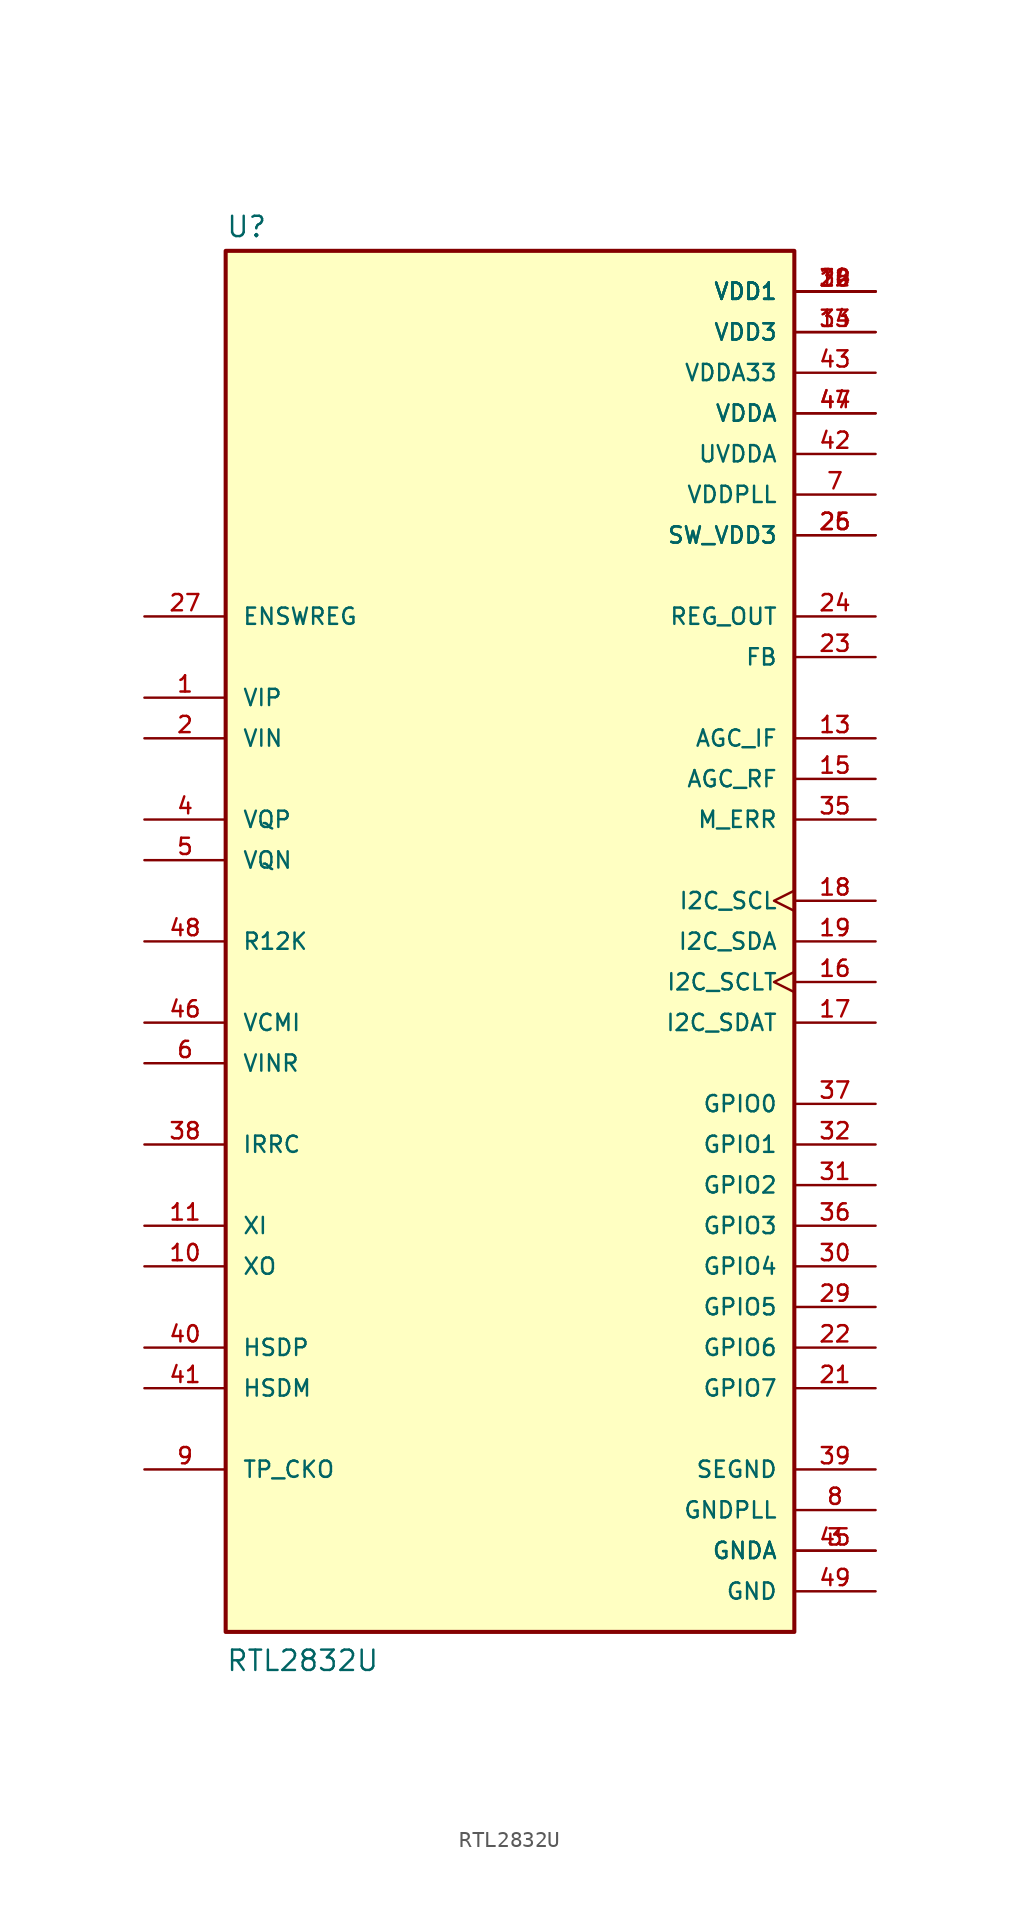
<source format=kicad_sym>
(kicad_symbol_lib
  (version 20211014)
  (generator kicad_symbol_editor)
  (symbol "RTL2832U"
    (pin_names
      (offset 1.016))
    (property "Reference" "U"
      (at -17.78 43.942 0)
      (effects (font (size 1.27 1.27)) (justify bottom left)))
    (property "Value" "RTL2832U"
      (at -17.78 -45.72 0)
      (effects (font (size 1.27 1.27)) (justify bottom left)))
    (symbol "RTL2832U_0_0"
      (rectangle (start -17.78 -43.18) (end 17.78 43.18) (stroke (width 0.254)) (fill (type background)))
      (pin input line (at 22.86 17.78 180.0) (length 5.08) (name "FB" (effects (font (size 1.016 1.016)))) (number "23" (effects (font (size 1.016 1.016)))))
      (pin input line (at -22.86 15.24 0) (length 5.08) (name "VIP" (effects (font (size 1.016 1.016)))) (number "1" (effects (font (size 1.016 1.016)))))
      (pin bidirectional line (at -22.86 -27.94 0) (length 5.08) (name "HSDM" (effects (font (size 1.016 1.016)))) (number "41" (effects (font (size 1.016 1.016)))))
      (pin bidirectional line (at 22.86 0.0 180.0) (length 5.08) (name "I2C_SDA" (effects (font (size 1.016 1.016)))) (number "19" (effects (font (size 1.016 1.016)))))
      (pin bidirectional line (at 22.86 -5.08 180.0) (length 5.08) (name "I2C_SDAT" (effects (font (size 1.016 1.016)))) (number "17" (effects (font (size 1.016 1.016)))))
      (pin input line (at -22.86 0.0 0) (length 5.08) (name "R12K" (effects (font (size 1.016 1.016)))) (number "48" (effects (font (size 1.016 1.016)))))
      (pin bidirectional line (at -22.86 -33.02 0) (length 5.08) (name "TP_CKO" (effects (font (size 1.016 1.016)))) (number "9" (effects (font (size 1.016 1.016)))))
      (pin input line (at -22.86 20.32 0) (length 5.08) (name "ENSWREG" (effects (font (size 1.016 1.016)))) (number "27" (effects (font (size 1.016 1.016)))))
      (pin input line (at -22.86 -17.78 0) (length 5.08) (name "XI" (effects (font (size 1.016 1.016)))) (number "11" (effects (font (size 1.016 1.016)))))
      (pin output line (at -22.86 -20.32 0) (length 5.08) (name "XO" (effects (font (size 1.016 1.016)))) (number "10" (effects (font (size 1.016 1.016)))))
      (pin bidirectional line (at -22.86 -25.4 0) (length 5.08) (name "HSDP" (effects (font (size 1.016 1.016)))) (number "40" (effects (font (size 1.016 1.016)))))
      (pin output clock (at 22.86 2.54 180.0) (length 5.08) (name "I2C_SCL" (effects (font (size 1.016 1.016)))) (number "18" (effects (font (size 1.016 1.016)))))
      (pin output clock (at 22.86 -2.54 180.0) (length 5.08) (name "I2C_SCLT" (effects (font (size 1.016 1.016)))) (number "16" (effects (font (size 1.016 1.016)))))
      (pin power_in line (at 22.86 40.64 180.0) (length 5.08) (name "VDD1" (effects (font (size 1.016 1.016)))) (number "12" (effects (font (size 1.016 1.016)))))
      (pin power_in line (at 22.86 40.64 180.0) (length 5.08) (name "VDD1" (effects (font (size 1.016 1.016)))) (number "20" (effects (font (size 1.016 1.016)))))
      (pin power_in line (at 22.86 40.64 180.0) (length 5.08) (name "VDD1" (effects (font (size 1.016 1.016)))) (number "28" (effects (font (size 1.016 1.016)))))
      (pin power_in line (at 22.86 40.64 180.0) (length 5.08) (name "VDD1" (effects (font (size 1.016 1.016)))) (number "34" (effects (font (size 1.016 1.016)))))
      (pin power_in line (at 22.86 35.56 180.0) (length 5.08) (name "VDDA33" (effects (font (size 1.016 1.016)))) (number "43" (effects (font (size 1.016 1.016)))))
      (pin power_in line (at 22.86 38.1 180.0) (length 5.08) (name "VDD3" (effects (font (size 1.016 1.016)))) (number "14" (effects (font (size 1.016 1.016)))))
      (pin power_in line (at 22.86 38.1 180.0) (length 5.08) (name "VDD3" (effects (font (size 1.016 1.016)))) (number "33" (effects (font (size 1.016 1.016)))))
      (pin power_in line (at 22.86 33.02 180.0) (length 5.08) (name "VDDA" (effects (font (size 1.016 1.016)))) (number "44" (effects (font (size 1.016 1.016)))))
      (pin power_in line (at 22.86 33.02 180.0) (length 5.08) (name "VDDA" (effects (font (size 1.016 1.016)))) (number "47" (effects (font (size 1.016 1.016)))))
      (pin power_in line (at 22.86 27.94 180.0) (length 5.08) (name "VDDPLL" (effects (font (size 1.016 1.016)))) (number "7" (effects (font (size 1.016 1.016)))))
      (pin output line (at 22.86 20.32 180.0) (length 5.08) (name "REG_OUT" (effects (font (size 1.016 1.016)))) (number "24" (effects (font (size 1.016 1.016)))))
      (pin output line (at 22.86 12.7 180.0) (length 5.08) (name "AGC_IF" (effects (font (size 1.016 1.016)))) (number "13" (effects (font (size 1.016 1.016)))))
      (pin output line (at 22.86 10.16 180.0) (length 5.08) (name "AGC_RF" (effects (font (size 1.016 1.016)))) (number "15" (effects (font (size 1.016 1.016)))))
      (pin output line (at 22.86 7.62 180.0) (length 5.08) (name "M_ERR" (effects (font (size 1.016 1.016)))) (number "35" (effects (font (size 1.016 1.016)))))
      (pin input line (at -22.86 -12.7 0) (length 5.08) (name "IRRC" (effects (font (size 1.016 1.016)))) (number "38" (effects (font (size 1.016 1.016)))))
      (pin input line (at -22.86 12.7 0) (length 5.08) (name "VIN" (effects (font (size 1.016 1.016)))) (number "2" (effects (font (size 1.016 1.016)))))
      (pin input line (at -22.86 7.62 0) (length 5.08) (name "VQP" (effects (font (size 1.016 1.016)))) (number "4" (effects (font (size 1.016 1.016)))))
      (pin input line (at -22.86 5.08 0) (length 5.08) (name "VQN" (effects (font (size 1.016 1.016)))) (number "5" (effects (font (size 1.016 1.016)))))
      (pin input line (at -22.86 -5.08 0) (length 5.08) (name "VCMI" (effects (font (size 1.016 1.016)))) (number "46" (effects (font (size 1.016 1.016)))))
      (pin input line (at -22.86 -7.62 0) (length 5.08) (name "VINR" (effects (font (size 1.016 1.016)))) (number "6" (effects (font (size 1.016 1.016)))))
      (pin power_in line (at 22.86 -38.1 180.0) (length 5.08) (name "GNDA" (effects (font (size 1.016 1.016)))) (number "3" (effects (font (size 1.016 1.016)))))
      (pin power_in line (at 22.86 -38.1 180.0) (length 5.08) (name "GNDA" (effects (font (size 1.016 1.016)))) (number "45" (effects (font (size 1.016 1.016)))))
      (pin power_in line (at 22.86 -35.56 180.0) (length 5.08) (name "GNDPLL" (effects (font (size 1.016 1.016)))) (number "8" (effects (font (size 1.016 1.016)))))
      (pin power_in line (at 22.86 30.48 180.0) (length 5.08) (name "UVDDA" (effects (font (size 1.016 1.016)))) (number "42" (effects (font (size 1.016 1.016)))))
      (pin power_in line (at 22.86 -33.02 180.0) (length 5.08) (name "SEGND" (effects (font (size 1.016 1.016)))) (number "39" (effects (font (size 1.016 1.016)))))
      (pin power_in line (at 22.86 25.4 180.0) (length 5.08) (name "SW_VDD3" (effects (font (size 1.016 1.016)))) (number "25" (effects (font (size 1.016 1.016)))))
      (pin power_in line (at 22.86 25.4 180.0) (length 5.08) (name "SW_VDD3" (effects (font (size 1.016 1.016)))) (number "26" (effects (font (size 1.016 1.016)))))
      (pin bidirectional line (at 22.86 -10.16 180.0) (length 5.08) (name "GPIO0" (effects (font (size 1.016 1.016)))) (number "37" (effects (font (size 1.016 1.016)))))
      (pin bidirectional line (at 22.86 -12.7 180.0) (length 5.08) (name "GPIO1" (effects (font (size 1.016 1.016)))) (number "32" (effects (font (size 1.016 1.016)))))
      (pin bidirectional line (at 22.86 -15.24 180.0) (length 5.08) (name "GPIO2" (effects (font (size 1.016 1.016)))) (number "31" (effects (font (size 1.016 1.016)))))
      (pin bidirectional line (at 22.86 -17.78 180.0) (length 5.08) (name "GPIO3" (effects (font (size 1.016 1.016)))) (number "36" (effects (font (size 1.016 1.016)))))
      (pin bidirectional line (at 22.86 -20.32 180.0) (length 5.08) (name "GPIO4" (effects (font (size 1.016 1.016)))) (number "30" (effects (font (size 1.016 1.016)))))
      (pin bidirectional line (at 22.86 -22.86 180.0) (length 5.08) (name "GPIO5" (effects (font (size 1.016 1.016)))) (number "29" (effects (font (size 1.016 1.016)))))
      (pin bidirectional line (at 22.86 -25.4 180.0) (length 5.08) (name "GPIO6" (effects (font (size 1.016 1.016)))) (number "22" (effects (font (size 1.016 1.016)))))
      (pin bidirectional line (at 22.86 -27.94 180.0) (length 5.08) (name "GPIO7" (effects (font (size 1.016 1.016)))) (number "21" (effects (font (size 1.016 1.016)))))
      (pin power_in line (at 22.86 -40.64 180.0) (length 5.08) (name "GND" (effects (font (size 1.016 1.016)))) (number "49" (effects (font (size 1.016 1.016))))))))
</source>
